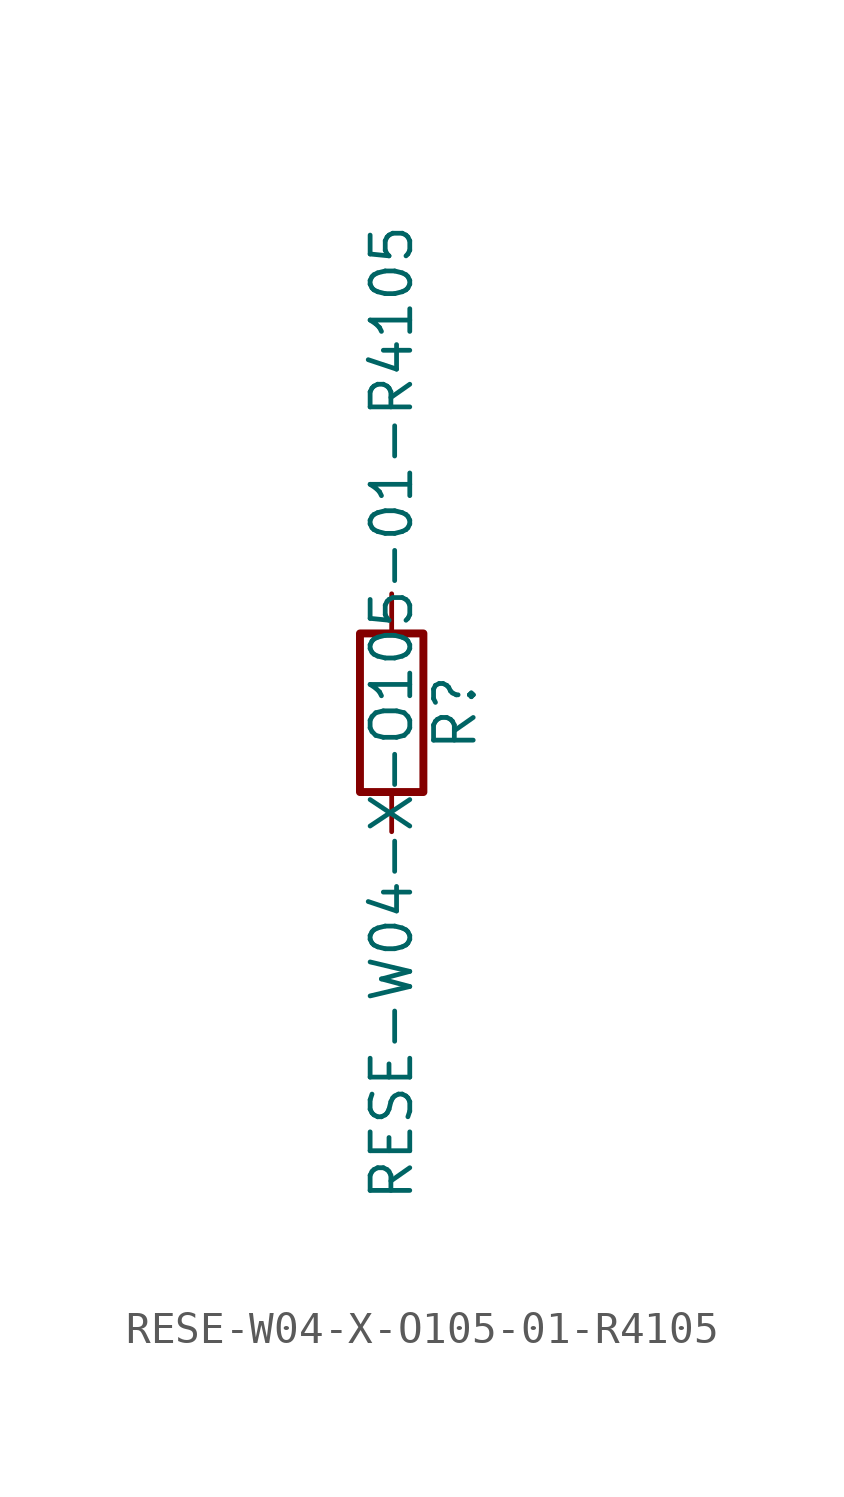
<source format=kicad_sym>
(kicad_symbol_lib
  (version 20211014)
  (generator kicad_symbol_editor)
  (symbol "RESE-W04-X-O105-01-R4105"
    (pin_numbers hide)
    (pin_names
      (offset 0))
    (property "Reference" "R"
      (at 2.032 0 90)
      (effects (font (size 1.27 1.27))))
    (property "Value" "RESE-W04-X-O105-01-R4105"
      (at 0 0 90)
      (effects (font (size 1.27 1.27))))
    (symbol "RESE-W04-X-O105-01-R4105_0_1"
      (rectangle (start -1.016 -2.54) (end 1.016 2.54) (stroke (width 0.254) (type default) (color 0 0 0 0)) (fill (type none))))
    (symbol "RESE-W04-X-O105-01-R4105_1_1"
      (pin passive line (at 0 3.81 270) (length 1.27) (name "~" (effects (font (size 1.27 1.27)))) (number "1" (effects (font (size 1.27 1.27)))))
      (pin passive line (at 0 -3.81 90) (length 1.27) (name "~" (effects (font (size 1.27 1.27)))) (number "2" (effects (font (size 1.27 1.27))))))))
</source>
